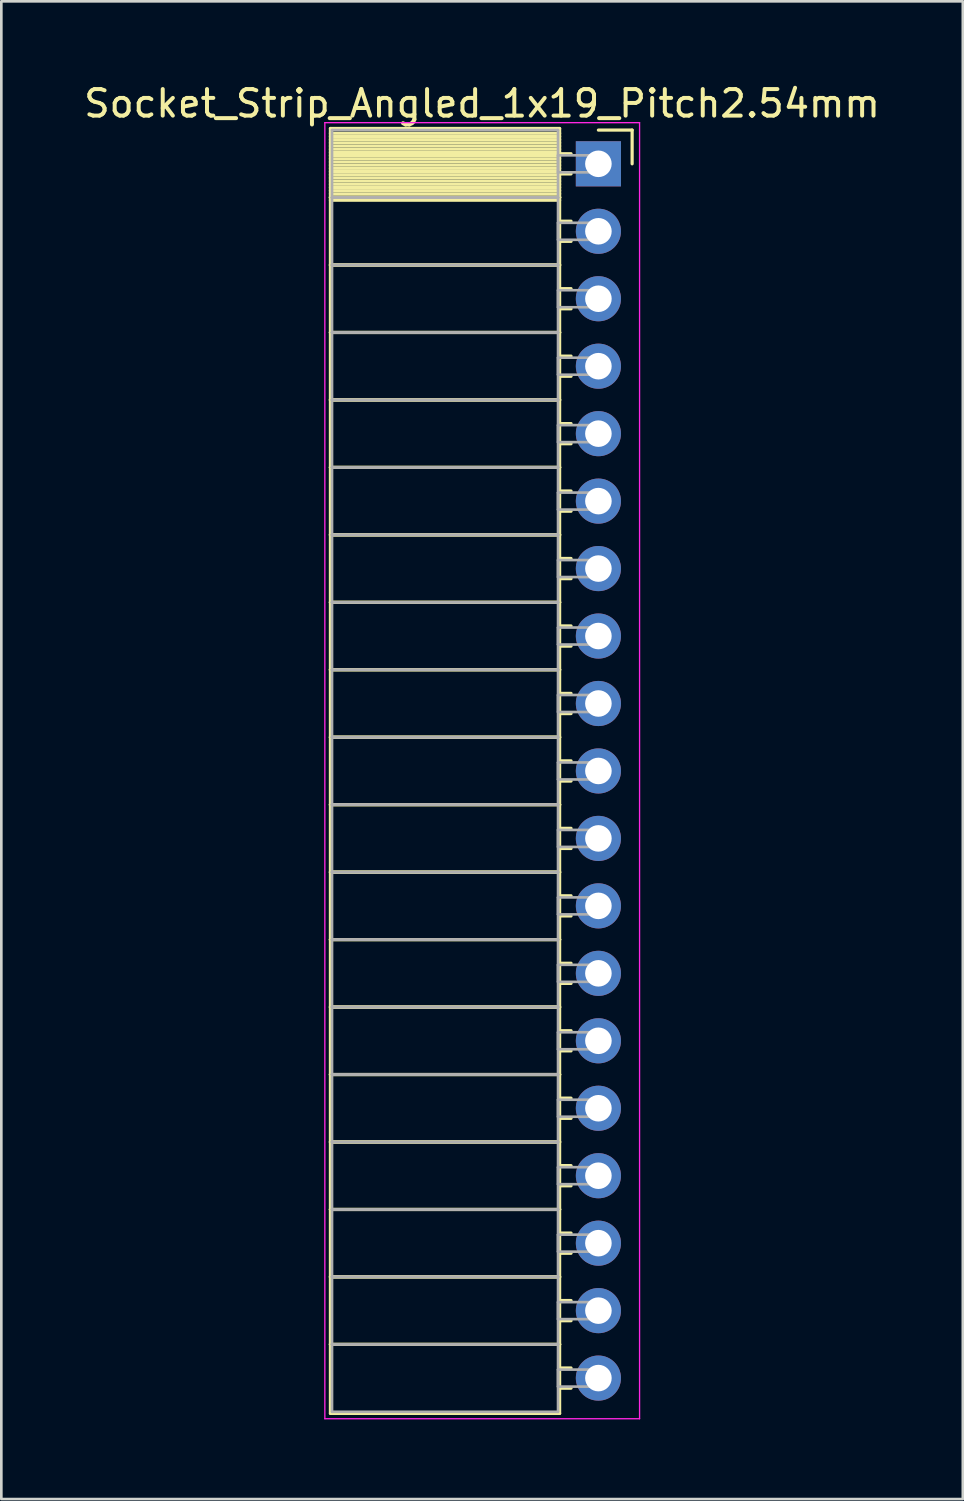
<source format=kicad_pcb>
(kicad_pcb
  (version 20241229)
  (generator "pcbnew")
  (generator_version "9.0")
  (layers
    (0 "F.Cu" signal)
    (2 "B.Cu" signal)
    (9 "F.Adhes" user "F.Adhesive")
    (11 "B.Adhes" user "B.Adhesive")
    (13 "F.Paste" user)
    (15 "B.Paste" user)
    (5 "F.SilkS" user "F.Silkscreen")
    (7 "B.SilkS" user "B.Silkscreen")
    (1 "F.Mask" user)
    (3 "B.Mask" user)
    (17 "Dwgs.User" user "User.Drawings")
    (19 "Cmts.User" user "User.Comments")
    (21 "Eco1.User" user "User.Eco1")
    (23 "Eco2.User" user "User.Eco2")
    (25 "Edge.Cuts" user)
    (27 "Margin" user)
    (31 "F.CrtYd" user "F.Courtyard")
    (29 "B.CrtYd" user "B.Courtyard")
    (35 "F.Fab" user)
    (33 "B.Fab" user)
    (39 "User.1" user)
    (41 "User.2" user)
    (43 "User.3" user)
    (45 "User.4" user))
  (footprint "Socket_Strip_Angled_1x19_Pitch2.54mm"
    (layer "F.Cu")
    (at 19.481 3.118)
    (property "Reference" "Socket_Strip_Angled_1x19_Pitch2.54mm" (at -4.38 -2.27 0) (layer "F.SilkS") (effects (font (size 1 1) (thickness 0.15))))
    (attr through_hole)
    (fp_line (start -10.09 -1.33) (end -1.46 -1.33) (stroke (width 0.12) (type solid)) (layer "F.SilkS"))
    (fp_line (start -10.09 1.27) (end -10.09 -1.33) (stroke (width 0.12) (type solid)) (layer "F.SilkS"))
    (fp_line (start -10.09 1.27) (end -1.46 1.27) (stroke (width 0.12) (type solid)) (layer "F.SilkS"))
    (fp_line (start -10.09 3.81) (end -10.09 1.27) (stroke (width 0.12) (type solid)) (layer "F.SilkS"))
    (fp_line (start -10.09 3.81) (end -1.46 3.81) (stroke (width 0.12) (type solid)) (layer "F.SilkS"))
    (fp_line (start -10.09 6.35) (end -10.09 3.81) (stroke (width 0.12) (type solid)) (layer "F.SilkS"))
    (fp_line (start -10.09 6.35) (end -1.46 6.35) (stroke (width 0.12) (type solid)) (layer "F.SilkS"))
    (fp_line (start -10.09 8.89) (end -10.09 6.35) (stroke (width 0.12) (type solid)) (layer "F.SilkS"))
    (fp_line (start -10.09 8.89) (end -1.46 8.89) (stroke (width 0.12) (type solid)) (layer "F.SilkS"))
    (fp_line (start -10.09 11.43) (end -10.09 8.89) (stroke (width 0.12) (type solid)) (layer "F.SilkS"))
    (fp_line (start -10.09 11.43) (end -1.46 11.43) (stroke (width 0.12) (type solid)) (layer "F.SilkS"))
    (fp_line (start -10.09 13.97) (end -10.09 11.43) (stroke (width 0.12) (type solid)) (layer "F.SilkS"))
    (fp_line (start -10.09 13.97) (end -1.46 13.97) (stroke (width 0.12) (type solid)) (layer "F.SilkS"))
    (fp_line (start -10.09 16.51) (end -10.09 13.97) (stroke (width 0.12) (type solid)) (layer "F.SilkS"))
    (fp_line (start -10.09 16.51) (end -1.46 16.51) (stroke (width 0.12) (type solid)) (layer "F.SilkS"))
    (fp_line (start -10.09 19.05) (end -10.09 16.51) (stroke (width 0.12) (type solid)) (layer "F.SilkS"))
    (fp_line (start -10.09 19.05) (end -1.46 19.05) (stroke (width 0.12) (type solid)) (layer "F.SilkS"))
    (fp_line (start -10.09 21.59) (end -10.09 19.05) (stroke (width 0.12) (type solid)) (layer "F.SilkS"))
    (fp_line (start -10.09 21.59) (end -1.46 21.59) (stroke (width 0.12) (type solid)) (layer "F.SilkS"))
    (fp_line (start -10.09 24.13) (end -10.09 21.59) (stroke (width 0.12) (type solid)) (layer "F.SilkS"))
    (fp_line (start -10.09 24.13) (end -1.46 24.13) (stroke (width 0.12) (type solid)) (layer "F.SilkS"))
    (fp_line (start -10.09 26.67) (end -10.09 24.13) (stroke (width 0.12) (type solid)) (layer "F.SilkS"))
    (fp_line (start -10.09 26.67) (end -1.46 26.67) (stroke (width 0.12) (type solid)) (layer "F.SilkS"))
    (fp_line (start -10.09 29.21) (end -10.09 26.67) (stroke (width 0.12) (type solid)) (layer "F.SilkS"))
    (fp_line (start -10.09 29.21) (end -1.46 29.21) (stroke (width 0.12) (type solid)) (layer "F.SilkS"))
    (fp_line (start -10.09 31.75) (end -10.09 29.21) (stroke (width 0.12) (type solid)) (layer "F.SilkS"))
    (fp_line (start -10.09 31.75) (end -1.46 31.75) (stroke (width 0.12) (type solid)) (layer "F.SilkS"))
    (fp_line (start -10.09 34.29) (end -10.09 31.75) (stroke (width 0.12) (type solid)) (layer "F.SilkS"))
    (fp_line (start -10.09 34.29) (end -1.46 34.29) (stroke (width 0.12) (type solid)) (layer "F.SilkS"))
    (fp_line (start -10.09 36.83) (end -10.09 34.29) (stroke (width 0.12) (type solid)) (layer "F.SilkS"))
    (fp_line (start -10.09 36.83) (end -1.46 36.83) (stroke (width 0.12) (type solid)) (layer "F.SilkS"))
    (fp_line (start -10.09 39.37) (end -10.09 36.83) (stroke (width 0.12) (type solid)) (layer "F.SilkS"))
    (fp_line (start -10.09 39.37) (end -1.46 39.37) (stroke (width 0.12) (type solid)) (layer "F.SilkS"))
    (fp_line (start -10.09 41.91) (end -10.09 39.37) (stroke (width 0.12) (type solid)) (layer "F.SilkS"))
    (fp_line (start -10.09 41.91) (end -1.46 41.91) (stroke (width 0.12) (type solid)) (layer "F.SilkS"))
    (fp_line (start -10.09 44.45) (end -10.09 41.91) (stroke (width 0.12) (type solid)) (layer "F.SilkS"))
    (fp_line (start -10.09 44.45) (end -1.46 44.45) (stroke (width 0.12) (type solid)) (layer "F.SilkS"))
    (fp_line (start -10.09 47.05) (end -10.09 44.45) (stroke (width 0.12) (type solid)) (layer "F.SilkS"))
    (fp_line (start -1.46 -1.33) (end -1.46 1.27) (stroke (width 0.12) (type solid)) (layer "F.SilkS"))
    (fp_line (start -1.46 -1.15) (end -10.09 -1.15) (stroke (width 0.12) (type solid)) (layer "F.SilkS"))
    (fp_line (start -1.46 -1.03) (end -10.09 -1.03) (stroke (width 0.12) (type solid)) (layer "F.SilkS"))
    (fp_line (start -1.46 -0.91) (end -10.09 -0.91) (stroke (width 0.12) (type solid)) (layer "F.SilkS"))
    (fp_line (start -1.46 -0.79) (end -10.09 -0.79) (stroke (width 0.12) (type solid)) (layer "F.SilkS"))
    (fp_line (start -1.46 -0.67) (end -10.09 -0.67) (stroke (width 0.12) (type solid)) (layer "F.SilkS"))
    (fp_line (start -1.46 -0.55) (end -10.09 -0.55) (stroke (width 0.12) (type solid)) (layer "F.SilkS"))
    (fp_line (start -1.46 -0.43) (end -10.09 -0.43) (stroke (width 0.12) (type solid)) (layer "F.SilkS"))
    (fp_line (start -1.46 -0.31) (end -10.09 -0.31) (stroke (width 0.12) (type solid)) (layer "F.SilkS"))
    (fp_line (start -1.46 -0.19) (end -10.09 -0.19) (stroke (width 0.12) (type solid)) (layer "F.SilkS"))
    (fp_line (start -1.46 -0.07) (end -10.09 -0.07) (stroke (width 0.12) (type solid)) (layer "F.SilkS"))
    (fp_line (start -1.46 0.05) (end -10.09 0.05) (stroke (width 0.12) (type solid)) (layer "F.SilkS"))
    (fp_line (start -1.46 0.17) (end -10.09 0.17) (stroke (width 0.12) (type solid)) (layer "F.SilkS"))
    (fp_line (start -1.46 0.29) (end -10.09 0.29) (stroke (width 0.12) (type solid)) (layer "F.SilkS"))
    (fp_line (start -1.46 0.41) (end -10.09 0.41) (stroke (width 0.12) (type solid)) (layer "F.SilkS"))
    (fp_line (start -1.46 0.53) (end -10.09 0.53) (stroke (width 0.12) (type solid)) (layer "F.SilkS"))
    (fp_line (start -1.46 0.65) (end -10.09 0.65) (stroke (width 0.12) (type solid)) (layer "F.SilkS"))
    (fp_line (start -1.46 0.77) (end -10.09 0.77) (stroke (width 0.12) (type solid)) (layer "F.SilkS"))
    (fp_line (start -1.46 0.89) (end -10.09 0.89) (stroke (width 0.12) (type solid)) (layer "F.SilkS"))
    (fp_line (start -1.46 1.01) (end -10.09 1.01) (stroke (width 0.12) (type solid)) (layer "F.SilkS"))
    (fp_line (start -1.46 1.13) (end -10.09 1.13) (stroke (width 0.12) (type solid)) (layer "F.SilkS"))
    (fp_line (start -1.46 1.25) (end -10.09 1.25) (stroke (width 0.12) (type solid)) (layer "F.SilkS"))
    (fp_line (start -1.46 1.27) (end -10.09 1.27) (stroke (width 0.12) (type solid)) (layer "F.SilkS"))
    (fp_line (start -1.46 1.27) (end -1.46 3.81) (stroke (width 0.12) (type solid)) (layer "F.SilkS"))
    (fp_line (start -1.46 1.37) (end -10.09 1.37) (stroke (width 0.12) (type solid)) (layer "F.SilkS"))
    (fp_line (start -1.46 3.81) (end -10.09 3.81) (stroke (width 0.12) (type solid)) (layer "F.SilkS"))
    (fp_line (start -1.46 3.81) (end -1.46 6.35) (stroke (width 0.12) (type solid)) (layer "F.SilkS"))
    (fp_line (start -1.46 6.35) (end -10.09 6.35) (stroke (width 0.12) (type solid)) (layer "F.SilkS"))
    (fp_line (start -1.46 6.35) (end -1.46 8.89) (stroke (width 0.12) (type solid)) (layer "F.SilkS"))
    (fp_line (start -1.46 8.89) (end -10.09 8.89) (stroke (width 0.12) (type solid)) (layer "F.SilkS"))
    (fp_line (start -1.46 8.89) (end -1.46 11.43) (stroke (width 0.12) (type solid)) (layer "F.SilkS"))
    (fp_line (start -1.46 11.43) (end -10.09 11.43) (stroke (width 0.12) (type solid)) (layer "F.SilkS"))
    (fp_line (start -1.46 11.43) (end -1.46 13.97) (stroke (width 0.12) (type solid)) (layer "F.SilkS"))
    (fp_line (start -1.46 13.97) (end -10.09 13.97) (stroke (width 0.12) (type solid)) (layer "F.SilkS"))
    (fp_line (start -1.46 13.97) (end -1.46 16.51) (stroke (width 0.12) (type solid)) (layer "F.SilkS"))
    (fp_line (start -1.46 16.51) (end -10.09 16.51) (stroke (width 0.12) (type solid)) (layer "F.SilkS"))
    (fp_line (start -1.46 16.51) (end -1.46 19.05) (stroke (width 0.12) (type solid)) (layer "F.SilkS"))
    (fp_line (start -1.46 19.05) (end -10.09 19.05) (stroke (width 0.12) (type solid)) (layer "F.SilkS"))
    (fp_line (start -1.46 19.05) (end -1.46 21.59) (stroke (width 0.12) (type solid)) (layer "F.SilkS"))
    (fp_line (start -1.46 21.59) (end -10.09 21.59) (stroke (width 0.12) (type solid)) (layer "F.SilkS"))
    (fp_line (start -1.46 21.59) (end -1.46 24.13) (stroke (width 0.12) (type solid)) (layer "F.SilkS"))
    (fp_line (start -1.46 24.13) (end -10.09 24.13) (stroke (width 0.12) (type solid)) (layer "F.SilkS"))
    (fp_line (start -1.46 24.13) (end -1.46 26.67) (stroke (width 0.12) (type solid)) (layer "F.SilkS"))
    (fp_line (start -1.46 26.67) (end -10.09 26.67) (stroke (width 0.12) (type solid)) (layer "F.SilkS"))
    (fp_line (start -1.46 26.67) (end -1.46 29.21) (stroke (width 0.12) (type solid)) (layer "F.SilkS"))
    (fp_line (start -1.46 29.21) (end -10.09 29.21) (stroke (width 0.12) (type solid)) (layer "F.SilkS"))
    (fp_line (start -1.46 29.21) (end -1.46 31.75) (stroke (width 0.12) (type solid)) (layer "F.SilkS"))
    (fp_line (start -1.46 31.75) (end -10.09 31.75) (stroke (width 0.12) (type solid)) (layer "F.SilkS"))
    (fp_line (start -1.46 31.75) (end -1.46 34.29) (stroke (width 0.12) (type solid)) (layer "F.SilkS"))
    (fp_line (start -1.46 34.29) (end -10.09 34.29) (stroke (width 0.12) (type solid)) (layer "F.SilkS"))
    (fp_line (start -1.46 34.29) (end -1.46 36.83) (stroke (width 0.12) (type solid)) (layer "F.SilkS"))
    (fp_line (start -1.46 36.83) (end -10.09 36.83) (stroke (width 0.12) (type solid)) (layer "F.SilkS"))
    (fp_line (start -1.46 36.83) (end -1.46 39.37) (stroke (width 0.12) (type solid)) (layer "F.SilkS"))
    (fp_line (start -1.46 39.37) (end -10.09 39.37) (stroke (width 0.12) (type solid)) (layer "F.SilkS"))
    (fp_line (start -1.46 39.37) (end -1.46 41.91) (stroke (width 0.12) (type solid)) (layer "F.SilkS"))
    (fp_line (start -1.46 41.91) (end -10.09 41.91) (stroke (width 0.12) (type solid)) (layer "F.SilkS"))
    (fp_line (start -1.46 41.91) (end -1.46 44.45) (stroke (width 0.12) (type solid)) (layer "F.SilkS"))
    (fp_line (start -1.46 44.45) (end -10.09 44.45) (stroke (width 0.12) (type solid)) (layer "F.SilkS"))
    (fp_line (start -1.46 44.45) (end -1.46 47.05) (stroke (width 0.12) (type solid)) (layer "F.SilkS"))
    (fp_line (start -1.46 47.05) (end -10.09 47.05) (stroke (width 0.12) (type solid)) (layer "F.SilkS"))
    (fp_line (start -1.03 -0.38) (end -1.46 -0.38) (stroke (width 0.12) (type solid)) (layer "F.SilkS"))
    (fp_line (start -1.03 0.38) (end -1.46 0.38) (stroke (width 0.12) (type solid)) (layer "F.SilkS"))
    (fp_line (start -1.03 2.16) (end -1.46 2.16) (stroke (width 0.12) (type solid)) (layer "F.SilkS"))
    (fp_line (start -1.03 2.92) (end -1.46 2.92) (stroke (width 0.12) (type solid)) (layer "F.SilkS"))
    (fp_line (start -1.03 4.7) (end -1.46 4.7) (stroke (width 0.12) (type solid)) (layer "F.SilkS"))
    (fp_line (start -1.03 5.46) (end -1.46 5.46) (stroke (width 0.12) (type solid)) (layer "F.SilkS"))
    (fp_line (start -1.03 7.24) (end -1.46 7.24) (stroke (width 0.12) (type solid)) (layer "F.SilkS"))
    (fp_line (start -1.03 8) (end -1.46 8) (stroke (width 0.12) (type solid)) (layer "F.SilkS"))
    (fp_line (start -1.03 9.78) (end -1.46 9.78) (stroke (width 0.12) (type solid)) (layer "F.SilkS"))
    (fp_line (start -1.03 10.54) (end -1.46 10.54) (stroke (width 0.12) (type solid)) (layer "F.SilkS"))
    (fp_line (start -1.03 12.32) (end -1.46 12.32) (stroke (width 0.12) (type solid)) (layer "F.SilkS"))
    (fp_line (start -1.03 13.08) (end -1.46 13.08) (stroke (width 0.12) (type solid)) (layer "F.SilkS"))
    (fp_line (start -1.03 14.86) (end -1.46 14.86) (stroke (width 0.12) (type solid)) (layer "F.SilkS"))
    (fp_line (start -1.03 15.62) (end -1.46 15.62) (stroke (width 0.12) (type solid)) (layer "F.SilkS"))
    (fp_line (start -1.03 17.4) (end -1.46 17.4) (stroke (width 0.12) (type solid)) (layer "F.SilkS"))
    (fp_line (start -1.03 18.16) (end -1.46 18.16) (stroke (width 0.12) (type solid)) (layer "F.SilkS"))
    (fp_line (start -1.03 19.94) (end -1.46 19.94) (stroke (width 0.12) (type solid)) (layer "F.SilkS"))
    (fp_line (start -1.03 20.7) (end -1.46 20.7) (stroke (width 0.12) (type solid)) (layer "F.SilkS"))
    (fp_line (start -1.03 22.48) (end -1.46 22.48) (stroke (width 0.12) (type solid)) (layer "F.SilkS"))
    (fp_line (start -1.03 23.24) (end -1.46 23.24) (stroke (width 0.12) (type solid)) (layer "F.SilkS"))
    (fp_line (start -1.03 25.02) (end -1.46 25.02) (stroke (width 0.12) (type solid)) (layer "F.SilkS"))
    (fp_line (start -1.03 25.78) (end -1.46 25.78) (stroke (width 0.12) (type solid)) (layer "F.SilkS"))
    (fp_line (start -1.03 27.56) (end -1.46 27.56) (stroke (width 0.12) (type solid)) (layer "F.SilkS"))
    (fp_line (start -1.03 28.32) (end -1.46 28.32) (stroke (width 0.12) (type solid)) (layer "F.SilkS"))
    (fp_line (start -1.03 30.1) (end -1.46 30.1) (stroke (width 0.12) (type solid)) (layer "F.SilkS"))
    (fp_line (start -1.03 30.86) (end -1.46 30.86) (stroke (width 0.12) (type solid)) (layer "F.SilkS"))
    (fp_line (start -1.03 32.64) (end -1.46 32.64) (stroke (width 0.12) (type solid)) (layer "F.SilkS"))
    (fp_line (start -1.03 33.4) (end -1.46 33.4) (stroke (width 0.12) (type solid)) (layer "F.SilkS"))
    (fp_line (start -1.03 35.18) (end -1.46 35.18) (stroke (width 0.12) (type solid)) (layer "F.SilkS"))
    (fp_line (start -1.03 35.94) (end -1.46 35.94) (stroke (width 0.12) (type solid)) (layer "F.SilkS"))
    (fp_line (start -1.03 37.72) (end -1.46 37.72) (stroke (width 0.12) (type solid)) (layer "F.SilkS"))
    (fp_line (start -1.03 38.48) (end -1.46 38.48) (stroke (width 0.12) (type solid)) (layer "F.SilkS"))
    (fp_line (start -1.03 40.26) (end -1.46 40.26) (stroke (width 0.12) (type solid)) (layer "F.SilkS"))
    (fp_line (start -1.03 41.02) (end -1.46 41.02) (stroke (width 0.12) (type solid)) (layer "F.SilkS"))
    (fp_line (start -1.03 42.8) (end -1.46 42.8) (stroke (width 0.12) (type solid)) (layer "F.SilkS"))
    (fp_line (start -1.03 43.56) (end -1.46 43.56) (stroke (width 0.12) (type solid)) (layer "F.SilkS"))
    (fp_line (start -1.03 45.34) (end -1.46 45.34) (stroke (width 0.12) (type solid)) (layer "F.SilkS"))
    (fp_line (start -1.03 46.1) (end -1.46 46.1) (stroke (width 0.12) (type solid)) (layer "F.SilkS"))
    (fp_line (start 0 -1.27) (end 1.27 -1.27) (stroke (width 0.12) (type solid)) (layer "F.SilkS"))
    (fp_line (start 1.27 -1.27) (end 1.27 0) (stroke (width 0.12) (type solid)) (layer "F.SilkS"))
    (fp_line (start -10.3 -1.55) (end 1.55 -1.55) (stroke (width 0.05) (type solid)) (layer "F.CrtYd"))
    (fp_line (start -10.3 47.25) (end -10.3 -1.55) (stroke (width 0.05) (type solid)) (layer "F.CrtYd"))
    (fp_line (start 1.55 -1.55) (end 1.55 47.25) (stroke (width 0.05) (type solid)) (layer "F.CrtYd"))
    (fp_line (start 1.55 47.25) (end -10.3 47.25) (stroke (width 0.05) (type solid)) (layer "F.CrtYd"))
    (fp_line (start -10.03 -1.27) (end -1.52 -1.27) (stroke (width 0.1) (type solid)) (layer "F.Fab"))
    (fp_line (start -10.03 1.27) (end -10.03 -1.27) (stroke (width 0.1) (type solid)) (layer "F.Fab"))
    (fp_line (start -10.03 1.27) (end -1.52 1.27) (stroke (width 0.1) (type solid)) (layer "F.Fab"))
    (fp_line (start -10.03 3.81) (end -10.03 1.27) (stroke (width 0.1) (type solid)) (layer "F.Fab"))
    (fp_line (start -10.03 3.81) (end -1.52 3.81) (stroke (width 0.1) (type solid)) (layer "F.Fab"))
    (fp_line (start -10.03 6.35) (end -10.03 3.81) (stroke (width 0.1) (type solid)) (layer "F.Fab"))
    (fp_line (start -10.03 6.35) (end -1.52 6.35) (stroke (width 0.1) (type solid)) (layer "F.Fab"))
    (fp_line (start -10.03 8.89) (end -10.03 6.35) (stroke (width 0.1) (type solid)) (layer "F.Fab"))
    (fp_line (start -10.03 8.89) (end -1.52 8.89) (stroke (width 0.1) (type solid)) (layer "F.Fab"))
    (fp_line (start -10.03 11.43) (end -10.03 8.89) (stroke (width 0.1) (type solid)) (layer "F.Fab"))
    (fp_line (start -10.03 11.43) (end -1.52 11.43) (stroke (width 0.1) (type solid)) (layer "F.Fab"))
    (fp_line (start -10.03 13.97) (end -10.03 11.43) (stroke (width 0.1) (type solid)) (layer "F.Fab"))
    (fp_line (start -10.03 13.97) (end -1.52 13.97) (stroke (width 0.1) (type solid)) (layer "F.Fab"))
    (fp_line (start -10.03 16.51) (end -10.03 13.97) (stroke (width 0.1) (type solid)) (layer "F.Fab"))
    (fp_line (start -10.03 16.51) (end -1.52 16.51) (stroke (width 0.1) (type solid)) (layer "F.Fab"))
    (fp_line (start -10.03 19.05) (end -10.03 16.51) (stroke (width 0.1) (type solid)) (layer "F.Fab"))
    (fp_line (start -10.03 19.05) (end -1.52 19.05) (stroke (width 0.1) (type solid)) (layer "F.Fab"))
    (fp_line (start -10.03 21.59) (end -10.03 19.05) (stroke (width 0.1) (type solid)) (layer "F.Fab"))
    (fp_line (start -10.03 21.59) (end -1.52 21.59) (stroke (width 0.1) (type solid)) (layer "F.Fab"))
    (fp_line (start -10.03 24.13) (end -10.03 21.59) (stroke (width 0.1) (type solid)) (layer "F.Fab"))
    (fp_line (start -10.03 24.13) (end -1.52 24.13) (stroke (width 0.1) (type solid)) (layer "F.Fab"))
    (fp_line (start -10.03 26.67) (end -10.03 24.13) (stroke (width 0.1) (type solid)) (layer "F.Fab"))
    (fp_line (start -10.03 26.67) (end -1.52 26.67) (stroke (width 0.1) (type solid)) (layer "F.Fab"))
    (fp_line (start -10.03 29.21) (end -10.03 26.67) (stroke (width 0.1) (type solid)) (layer "F.Fab"))
    (fp_line (start -10.03 29.21) (end -1.52 29.21) (stroke (width 0.1) (type solid)) (layer "F.Fab"))
    (fp_line (start -10.03 31.75) (end -10.03 29.21) (stroke (width 0.1) (type solid)) (layer "F.Fab"))
    (fp_line (start -10.03 31.75) (end -1.52 31.75) (stroke (width 0.1) (type solid)) (layer "F.Fab"))
    (fp_line (start -10.03 34.29) (end -10.03 31.75) (stroke (width 0.1) (type solid)) (layer "F.Fab"))
    (fp_line (start -10.03 34.29) (end -1.52 34.29) (stroke (width 0.1) (type solid)) (layer "F.Fab"))
    (fp_line (start -10.03 36.83) (end -10.03 34.29) (stroke (width 0.1) (type solid)) (layer "F.Fab"))
    (fp_line (start -10.03 36.83) (end -1.52 36.83) (stroke (width 0.1) (type solid)) (layer "F.Fab"))
    (fp_line (start -10.03 39.37) (end -10.03 36.83) (stroke (width 0.1) (type solid)) (layer "F.Fab"))
    (fp_line (start -10.03 39.37) (end -1.52 39.37) (stroke (width 0.1) (type solid)) (layer "F.Fab"))
    (fp_line (start -10.03 41.91) (end -10.03 39.37) (stroke (width 0.1) (type solid)) (layer "F.Fab"))
    (fp_line (start -10.03 41.91) (end -1.52 41.91) (stroke (width 0.1) (type solid)) (layer "F.Fab"))
    (fp_line (start -10.03 44.45) (end -10.03 41.91) (stroke (width 0.1) (type solid)) (layer "F.Fab"))
    (fp_line (start -10.03 44.45) (end -1.52 44.45) (stroke (width 0.1) (type solid)) (layer "F.Fab"))
    (fp_line (start -10.03 46.99) (end -10.03 44.45) (stroke (width 0.1) (type solid)) (layer "F.Fab"))
    (fp_line (start -1.52 -1.27) (end -1.52 1.27) (stroke (width 0.1) (type solid)) (layer "F.Fab"))
    (fp_line (start -1.52 -0.32) (end 0 -0.32) (stroke (width 0.1) (type solid)) (layer "F.Fab"))
    (fp_line (start -1.52 0.32) (end -1.52 -0.32) (stroke (width 0.1) (type solid)) (layer "F.Fab"))
    (fp_line (start -1.52 1.27) (end -10.03 1.27) (stroke (width 0.1) (type solid)) (layer "F.Fab"))
    (fp_line (start -1.52 1.27) (end -1.52 3.81) (stroke (width 0.1) (type solid)) (layer "F.Fab"))
    (fp_line (start -1.52 2.22) (end 0 2.22) (stroke (width 0.1) (type solid)) (layer "F.Fab"))
    (fp_line (start -1.52 2.86) (end -1.52 2.22) (stroke (width 0.1) (type solid)) (layer "F.Fab"))
    (fp_line (start -1.52 3.81) (end -10.03 3.81) (stroke (width 0.1) (type solid)) (layer "F.Fab"))
    (fp_line (start -1.52 3.81) (end -1.52 6.35) (stroke (width 0.1) (type solid)) (layer "F.Fab"))
    (fp_line (start -1.52 4.76) (end 0 4.76) (stroke (width 0.1) (type solid)) (layer "F.Fab"))
    (fp_line (start -1.52 5.4) (end -1.52 4.76) (stroke (width 0.1) (type solid)) (layer "F.Fab"))
    (fp_line (start -1.52 6.35) (end -10.03 6.35) (stroke (width 0.1) (type solid)) (layer "F.Fab"))
    (fp_line (start -1.52 6.35) (end -1.52 8.89) (stroke (width 0.1) (type solid)) (layer "F.Fab"))
    (fp_line (start -1.52 7.3) (end 0 7.3) (stroke (width 0.1) (type solid)) (layer "F.Fab"))
    (fp_line (start -1.52 7.94) (end -1.52 7.3) (stroke (width 0.1) (type solid)) (layer "F.Fab"))
    (fp_line (start -1.52 8.89) (end -10.03 8.89) (stroke (width 0.1) (type solid)) (layer "F.Fab"))
    (fp_line (start -1.52 8.89) (end -1.52 11.43) (stroke (width 0.1) (type solid)) (layer "F.Fab"))
    (fp_line (start -1.52 9.84) (end 0 9.84) (stroke (width 0.1) (type solid)) (layer "F.Fab"))
    (fp_line (start -1.52 10.48) (end -1.52 9.84) (stroke (width 0.1) (type solid)) (layer "F.Fab"))
    (fp_line (start -1.52 11.43) (end -10.03 11.43) (stroke (width 0.1) (type solid)) (layer "F.Fab"))
    (fp_line (start -1.52 11.43) (end -1.52 13.97) (stroke (width 0.1) (type solid)) (layer "F.Fab"))
    (fp_line (start -1.52 12.38) (end 0 12.38) (stroke (width 0.1) (type solid)) (layer "F.Fab"))
    (fp_line (start -1.52 13.02) (end -1.52 12.38) (stroke (width 0.1) (type solid)) (layer "F.Fab"))
    (fp_line (start -1.52 13.97) (end -10.03 13.97) (stroke (width 0.1) (type solid)) (layer "F.Fab"))
    (fp_line (start -1.52 13.97) (end -1.52 16.51) (stroke (width 0.1) (type solid)) (layer "F.Fab"))
    (fp_line (start -1.52 14.92) (end 0 14.92) (stroke (width 0.1) (type solid)) (layer "F.Fab"))
    (fp_line (start -1.52 15.56) (end -1.52 14.92) (stroke (width 0.1) (type solid)) (layer "F.Fab"))
    (fp_line (start -1.52 16.51) (end -10.03 16.51) (stroke (width 0.1) (type solid)) (layer "F.Fab"))
    (fp_line (start -1.52 16.51) (end -1.52 19.05) (stroke (width 0.1) (type solid)) (layer "F.Fab"))
    (fp_line (start -1.52 17.46) (end 0 17.46) (stroke (width 0.1) (type solid)) (layer "F.Fab"))
    (fp_line (start -1.52 18.1) (end -1.52 17.46) (stroke (width 0.1) (type solid)) (layer "F.Fab"))
    (fp_line (start -1.52 19.05) (end -10.03 19.05) (stroke (width 0.1) (type solid)) (layer "F.Fab"))
    (fp_line (start -1.52 19.05) (end -1.52 21.59) (stroke (width 0.1) (type solid)) (layer "F.Fab"))
    (fp_line (start -1.52 20) (end 0 20) (stroke (width 0.1) (type solid)) (layer "F.Fab"))
    (fp_line (start -1.52 20.64) (end -1.52 20) (stroke (width 0.1) (type solid)) (layer "F.Fab"))
    (fp_line (start -1.52 21.59) (end -10.03 21.59) (stroke (width 0.1) (type solid)) (layer "F.Fab"))
    (fp_line (start -1.52 21.59) (end -1.52 24.13) (stroke (width 0.1) (type solid)) (layer "F.Fab"))
    (fp_line (start -1.52 22.54) (end 0 22.54) (stroke (width 0.1) (type solid)) (layer "F.Fab"))
    (fp_line (start -1.52 23.18) (end -1.52 22.54) (stroke (width 0.1) (type solid)) (layer "F.Fab"))
    (fp_line (start -1.52 24.13) (end -10.03 24.13) (stroke (width 0.1) (type solid)) (layer "F.Fab"))
    (fp_line (start -1.52 24.13) (end -1.52 26.67) (stroke (width 0.1) (type solid)) (layer "F.Fab"))
    (fp_line (start -1.52 25.08) (end 0 25.08) (stroke (width 0.1) (type solid)) (layer "F.Fab"))
    (fp_line (start -1.52 25.72) (end -1.52 25.08) (stroke (width 0.1) (type solid)) (layer "F.Fab"))
    (fp_line (start -1.52 26.67) (end -10.03 26.67) (stroke (width 0.1) (type solid)) (layer "F.Fab"))
    (fp_line (start -1.52 26.67) (end -1.52 29.21) (stroke (width 0.1) (type solid)) (layer "F.Fab"))
    (fp_line (start -1.52 27.62) (end 0 27.62) (stroke (width 0.1) (type solid)) (layer "F.Fab"))
    (fp_line (start -1.52 28.26) (end -1.52 27.62) (stroke (width 0.1) (type solid)) (layer "F.Fab"))
    (fp_line (start -1.52 29.21) (end -10.03 29.21) (stroke (width 0.1) (type solid)) (layer "F.Fab"))
    (fp_line (start -1.52 29.21) (end -1.52 31.75) (stroke (width 0.1) (type solid)) (layer "F.Fab"))
    (fp_line (start -1.52 30.16) (end 0 30.16) (stroke (width 0.1) (type solid)) (layer "F.Fab"))
    (fp_line (start -1.52 30.8) (end -1.52 30.16) (stroke (width 0.1) (type solid)) (layer "F.Fab"))
    (fp_line (start -1.52 31.75) (end -10.03 31.75) (stroke (width 0.1) (type solid)) (layer "F.Fab"))
    (fp_line (start -1.52 31.75) (end -1.52 34.29) (stroke (width 0.1) (type solid)) (layer "F.Fab"))
    (fp_line (start -1.52 32.7) (end 0 32.7) (stroke (width 0.1) (type solid)) (layer "F.Fab"))
    (fp_line (start -1.52 33.34) (end -1.52 32.7) (stroke (width 0.1) (type solid)) (layer "F.Fab"))
    (fp_line (start -1.52 34.29) (end -10.03 34.29) (stroke (width 0.1) (type solid)) (layer "F.Fab"))
    (fp_line (start -1.52 34.29) (end -1.52 36.83) (stroke (width 0.1) (type solid)) (layer "F.Fab"))
    (fp_line (start -1.52 35.24) (end 0 35.24) (stroke (width 0.1) (type solid)) (layer "F.Fab"))
    (fp_line (start -1.52 35.88) (end -1.52 35.24) (stroke (width 0.1) (type solid)) (layer "F.Fab"))
    (fp_line (start -1.52 36.83) (end -10.03 36.83) (stroke (width 0.1) (type solid)) (layer "F.Fab"))
    (fp_line (start -1.52 36.83) (end -1.52 39.37) (stroke (width 0.1) (type solid)) (layer "F.Fab"))
    (fp_line (start -1.52 37.78) (end 0 37.78) (stroke (width 0.1) (type solid)) (layer "F.Fab"))
    (fp_line (start -1.52 38.42) (end -1.52 37.78) (stroke (width 0.1) (type solid)) (layer "F.Fab"))
    (fp_line (start -1.52 39.37) (end -10.03 39.37) (stroke (width 0.1) (type solid)) (layer "F.Fab"))
    (fp_line (start -1.52 39.37) (end -1.52 41.91) (stroke (width 0.1) (type solid)) (layer "F.Fab"))
    (fp_line (start -1.52 40.32) (end 0 40.32) (stroke (width 0.1) (type solid)) (layer "F.Fab"))
    (fp_line (start -1.52 40.96) (end -1.52 40.32) (stroke (width 0.1) (type solid)) (layer "F.Fab"))
    (fp_line (start -1.52 41.91) (end -10.03 41.91) (stroke (width 0.1) (type solid)) (layer "F.Fab"))
    (fp_line (start -1.52 41.91) (end -1.52 44.45) (stroke (width 0.1) (type solid)) (layer "F.Fab"))
    (fp_line (start -1.52 42.86) (end 0 42.86) (stroke (width 0.1) (type solid)) (layer "F.Fab"))
    (fp_line (start -1.52 43.5) (end -1.52 42.86) (stroke (width 0.1) (type solid)) (layer "F.Fab"))
    (fp_line (start -1.52 44.45) (end -10.03 44.45) (stroke (width 0.1) (type solid)) (layer "F.Fab"))
    (fp_line (start -1.52 44.45) (end -1.52 46.99) (stroke (width 0.1) (type solid)) (layer "F.Fab"))
    (fp_line (start -1.52 45.4) (end 0 45.4) (stroke (width 0.1) (type solid)) (layer "F.Fab"))
    (fp_line (start -1.52 46.04) (end -1.52 45.4) (stroke (width 0.1) (type solid)) (layer "F.Fab"))
    (fp_line (start -1.52 46.99) (end -10.03 46.99) (stroke (width 0.1) (type solid)) (layer "F.Fab"))
    (fp_line (start 0 -0.32) (end 0 0.32) (stroke (width 0.1) (type solid)) (layer "F.Fab"))
    (fp_line (start 0 0.32) (end -1.52 0.32) (stroke (width 0.1) (type solid)) (layer "F.Fab"))
    (fp_line (start 0 2.22) (end 0 2.86) (stroke (width 0.1) (type solid)) (layer "F.Fab"))
    (fp_line (start 0 2.86) (end -1.52 2.86) (stroke (width 0.1) (type solid)) (layer "F.Fab"))
    (fp_line (start 0 4.76) (end 0 5.4) (stroke (width 0.1) (type solid)) (layer "F.Fab"))
    (fp_line (start 0 5.4) (end -1.52 5.4) (stroke (width 0.1) (type solid)) (layer "F.Fab"))
    (fp_line (start 0 7.3) (end 0 7.94) (stroke (width 0.1) (type solid)) (layer "F.Fab"))
    (fp_line (start 0 7.94) (end -1.52 7.94) (stroke (width 0.1) (type solid)) (layer "F.Fab"))
    (fp_line (start 0 9.84) (end 0 10.48) (stroke (width 0.1) (type solid)) (layer "F.Fab"))
    (fp_line (start 0 10.48) (end -1.52 10.48) (stroke (width 0.1) (type solid)) (layer "F.Fab"))
    (fp_line (start 0 12.38) (end 0 13.02) (stroke (width 0.1) (type solid)) (layer "F.Fab"))
    (fp_line (start 0 13.02) (end -1.52 13.02) (stroke (width 0.1) (type solid)) (layer "F.Fab"))
    (fp_line (start 0 14.92) (end 0 15.56) (stroke (width 0.1) (type solid)) (layer "F.Fab"))
    (fp_line (start 0 15.56) (end -1.52 15.56) (stroke (width 0.1) (type solid)) (layer "F.Fab"))
    (fp_line (start 0 17.46) (end 0 18.1) (stroke (width 0.1) (type solid)) (layer "F.Fab"))
    (fp_line (start 0 18.1) (end -1.52 18.1) (stroke (width 0.1) (type solid)) (layer "F.Fab"))
    (fp_line (start 0 20) (end 0 20.64) (stroke (width 0.1) (type solid)) (layer "F.Fab"))
    (fp_line (start 0 20.64) (end -1.52 20.64) (stroke (width 0.1) (type solid)) (layer "F.Fab"))
    (fp_line (start 0 22.54) (end 0 23.18) (stroke (width 0.1) (type solid)) (layer "F.Fab"))
    (fp_line (start 0 23.18) (end -1.52 23.18) (stroke (width 0.1) (type solid)) (layer "F.Fab"))
    (fp_line (start 0 25.08) (end 0 25.72) (stroke (width 0.1) (type solid)) (layer "F.Fab"))
    (fp_line (start 0 25.72) (end -1.52 25.72) (stroke (width 0.1) (type solid)) (layer "F.Fab"))
    (fp_line (start 0 27.62) (end 0 28.26) (stroke (width 0.1) (type solid)) (layer "F.Fab"))
    (fp_line (start 0 28.26) (end -1.52 28.26) (stroke (width 0.1) (type solid)) (layer "F.Fab"))
    (fp_line (start 0 30.16) (end 0 30.8) (stroke (width 0.1) (type solid)) (layer "F.Fab"))
    (fp_line (start 0 30.8) (end -1.52 30.8) (stroke (width 0.1) (type solid)) (layer "F.Fab"))
    (fp_line (start 0 32.7) (end 0 33.34) (stroke (width 0.1) (type solid)) (layer "F.Fab"))
    (fp_line (start 0 33.34) (end -1.52 33.34) (stroke (width 0.1) (type solid)) (layer "F.Fab"))
    (fp_line (start 0 35.24) (end 0 35.88) (stroke (width 0.1) (type solid)) (layer "F.Fab"))
    (fp_line (start 0 35.88) (end -1.52 35.88) (stroke (width 0.1) (type solid)) (layer "F.Fab"))
    (fp_line (start 0 37.78) (end 0 38.42) (stroke (width 0.1) (type solid)) (layer "F.Fab"))
    (fp_line (start 0 38.42) (end -1.52 38.42) (stroke (width 0.1) (type solid)) (layer "F.Fab"))
    (fp_line (start 0 40.32) (end 0 40.96) (stroke (width 0.1) (type solid)) (layer "F.Fab"))
    (fp_line (start 0 40.96) (end -1.52 40.96) (stroke (width 0.1) (type solid)) (layer "F.Fab"))
    (fp_line (start 0 42.86) (end 0 43.5) (stroke (width 0.1) (type solid)) (layer "F.Fab"))
    (fp_line (start 0 43.5) (end -1.52 43.5) (stroke (width 0.1) (type solid)) (layer "F.Fab"))
    (fp_line (start 0 45.4) (end 0 46.04) (stroke (width 0.1) (type solid)) (layer "F.Fab"))
    (fp_line (start 0 46.04) (end -1.52 46.04) (stroke (width 0.1) (type solid)) (layer "F.Fab"))
    (pad "1" thru_hole rect (at 0 0) (size 1.7 1.7) (drill 1) (layers "*.Cu" "*.Mask"))
    (pad "2" thru_hole oval (at 0 2.54) (size 1.7 1.7) (drill 1) (layers "*.Cu" "*.Mask"))
    (pad "3" thru_hole oval (at 0 5.08) (size 1.7 1.7) (drill 1) (layers "*.Cu" "*.Mask"))
    (pad "4" thru_hole oval (at 0 7.62) (size 1.7 1.7) (drill 1) (layers "*.Cu" "*.Mask"))
    (pad "5" thru_hole oval (at 0 10.16) (size 1.7 1.7) (drill 1) (layers "*.Cu" "*.Mask"))
    (pad "6" thru_hole oval (at 0 12.7) (size 1.7 1.7) (drill 1) (layers "*.Cu" "*.Mask"))
    (pad "7" thru_hole oval (at 0 15.24) (size 1.7 1.7) (drill 1) (layers "*.Cu" "*.Mask"))
    (pad "8" thru_hole oval (at 0 17.78) (size 1.7 1.7) (drill 1) (layers "*.Cu" "*.Mask"))
    (pad "9" thru_hole oval (at 0 20.32) (size 1.7 1.7) (drill 1) (layers "*.Cu" "*.Mask"))
    (pad "10" thru_hole oval (at 0 22.86) (size 1.7 1.7) (drill 1) (layers "*.Cu" "*.Mask"))
    (pad "11" thru_hole oval (at 0 25.4) (size 1.7 1.7) (drill 1) (layers "*.Cu" "*.Mask"))
    (pad "12" thru_hole oval (at 0 27.94) (size 1.7 1.7) (drill 1) (layers "*.Cu" "*.Mask"))
    (pad "13" thru_hole oval (at 0 30.48) (size 1.7 1.7) (drill 1) (layers "*.Cu" "*.Mask"))
    (pad "14" thru_hole oval (at 0 33.02) (size 1.7 1.7) (drill 1) (layers "*.Cu" "*.Mask"))
    (pad "15" thru_hole oval (at 0 35.56) (size 1.7 1.7) (drill 1) (layers "*.Cu" "*.Mask"))
    (pad "16" thru_hole oval (at 0 38.1) (size 1.7 1.7) (drill 1) (layers "*.Cu" "*.Mask"))
    (pad "17" thru_hole oval (at 0 40.64) (size 1.7 1.7) (drill 1) (layers "*.Cu" "*.Mask"))
    (pad "18" thru_hole oval (at 0 43.18) (size 1.7 1.7) (drill 1) (layers "*.Cu" "*.Mask"))
    (pad "19" thru_hole oval (at 0 45.72) (size 1.7 1.7) (drill 1) (layers "*.Cu" "*.Mask")))
  (gr_rect
    (start -3 -3)
    (end 33.202 53.393)
    (stroke (width 0.1) (type default))
    (fill no)
    (layer "Edge.Cuts")))
</source>
